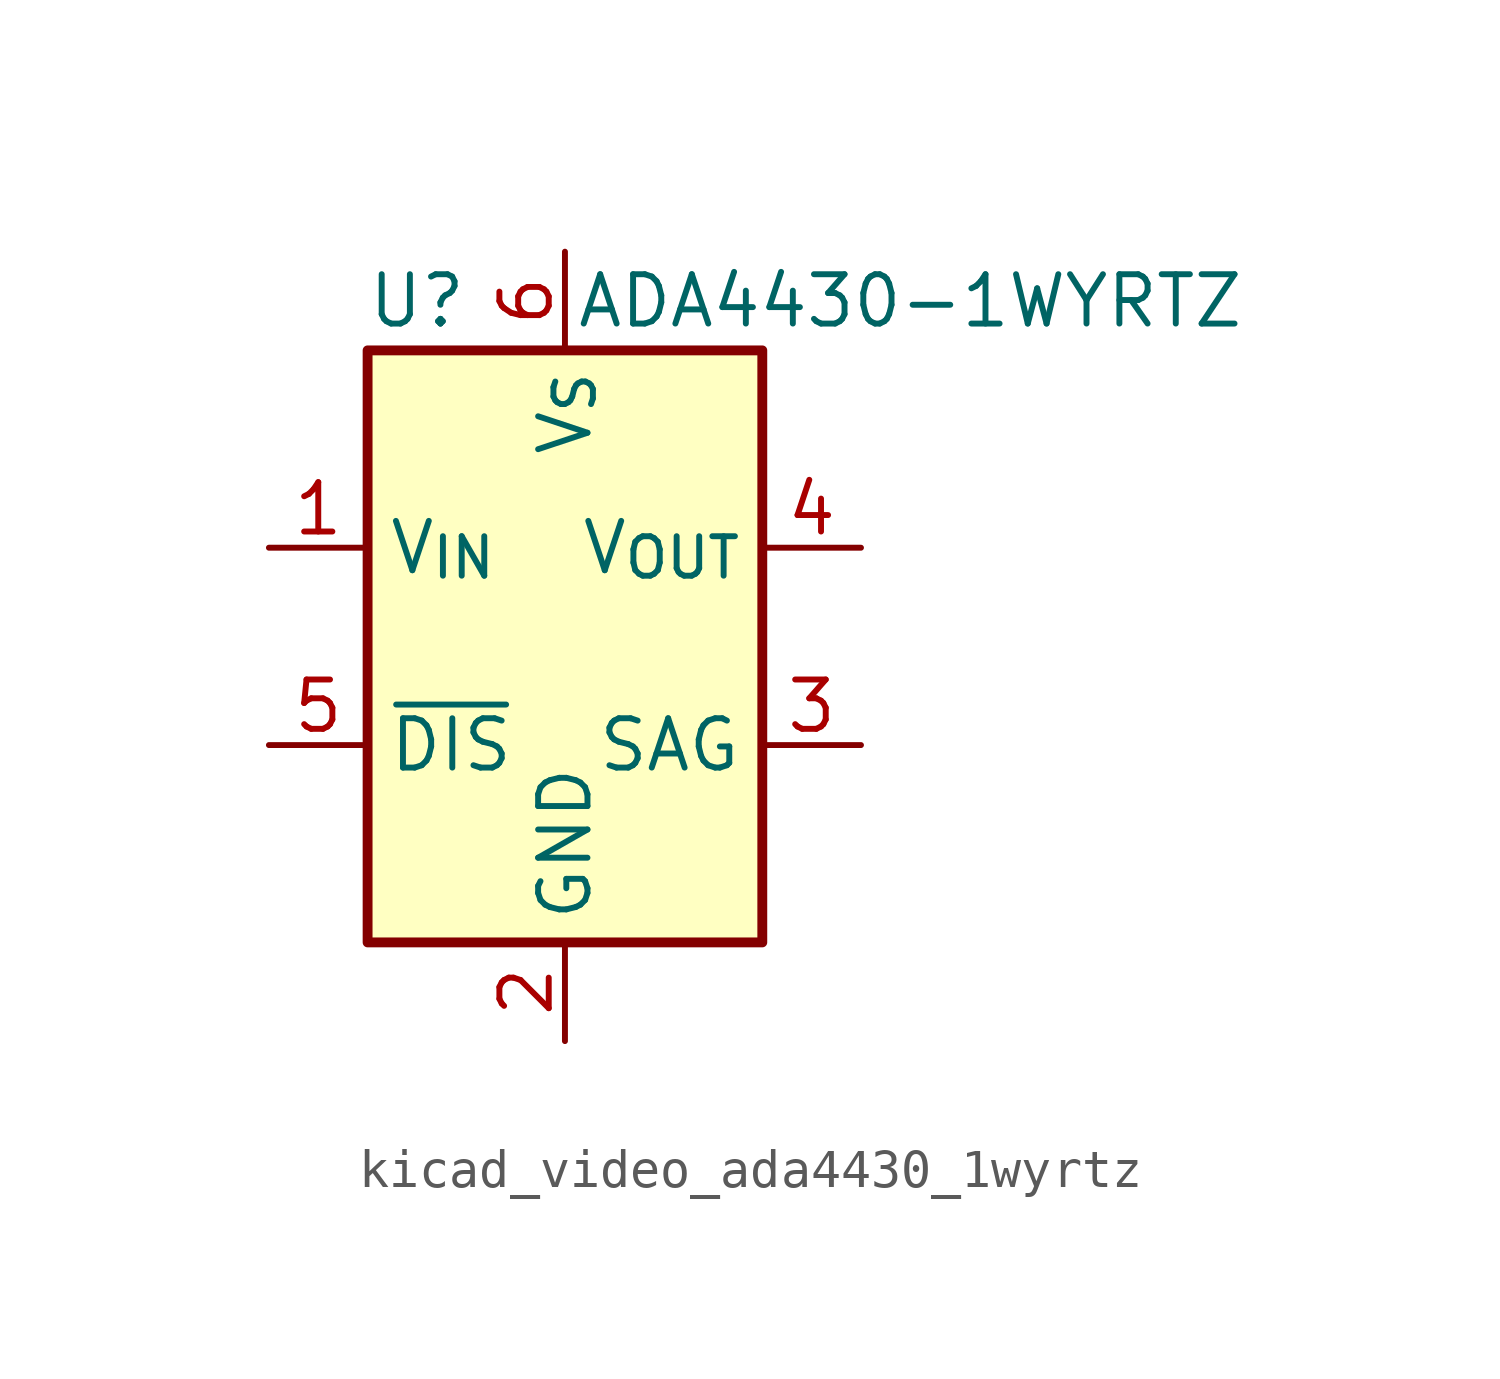
<source format=kicad_sym>
(kicad_symbol_lib
  (version 20220914)
  (generator kicad_symbol_editor)
  (symbol "kicad_video_ada4430_1wyrtz"
    (property "Reference" "U"
      (at -3.81 8.89 0)
      (effects (font (size 1.27 1.27))))
    (property "Value" "ADA4430-1WYRTZ"
      (at 8.89 8.89 0)
      (effects (font (size 1.27 1.27))))
    (symbol "kicad_video_ada4430_1wyrtz_0_1"
      (rectangle (start -5.08 7.62) (end 5.08 -7.62) (stroke (width 0.254) (type default)) (fill (type background))))
    (symbol "kicad_video_ada4430_1wyrtz_1_1"
      (pin input line (at -7.62 2.54 0) (length 2.54) (name "V_{IN}" (effects (font (size 1.27 1.27)))) (number "1" (effects (font (size 1.27 1.27)))))
      (pin power_in line (at 0 -10.16 90) (length 2.54) (name "GND" (effects (font (size 1.27 1.27)))) (number "2" (effects (font (size 1.27 1.27)))))
      (pin input line (at 7.62 -2.54 180) (length 2.54) (name "SAG" (effects (font (size 1.27 1.27)))) (number "3" (effects (font (size 1.27 1.27)))))
      (pin output line (at 7.62 2.54 180) (length 2.54) (name "V_{OUT}" (effects (font (size 1.27 1.27)))) (number "4" (effects (font (size 1.27 1.27)))))
      (pin input line (at -7.62 -2.54 0) (length 2.54) (name "~{DIS}" (effects (font (size 1.27 1.27)))) (number "5" (effects (font (size 1.27 1.27)))))
      (pin power_in line (at 0 10.16 270) (length 2.54) (name "V_{S}" (effects (font (size 1.27 1.27)))) (number "6" (effects (font (size 1.27 1.27))))))))
</source>
